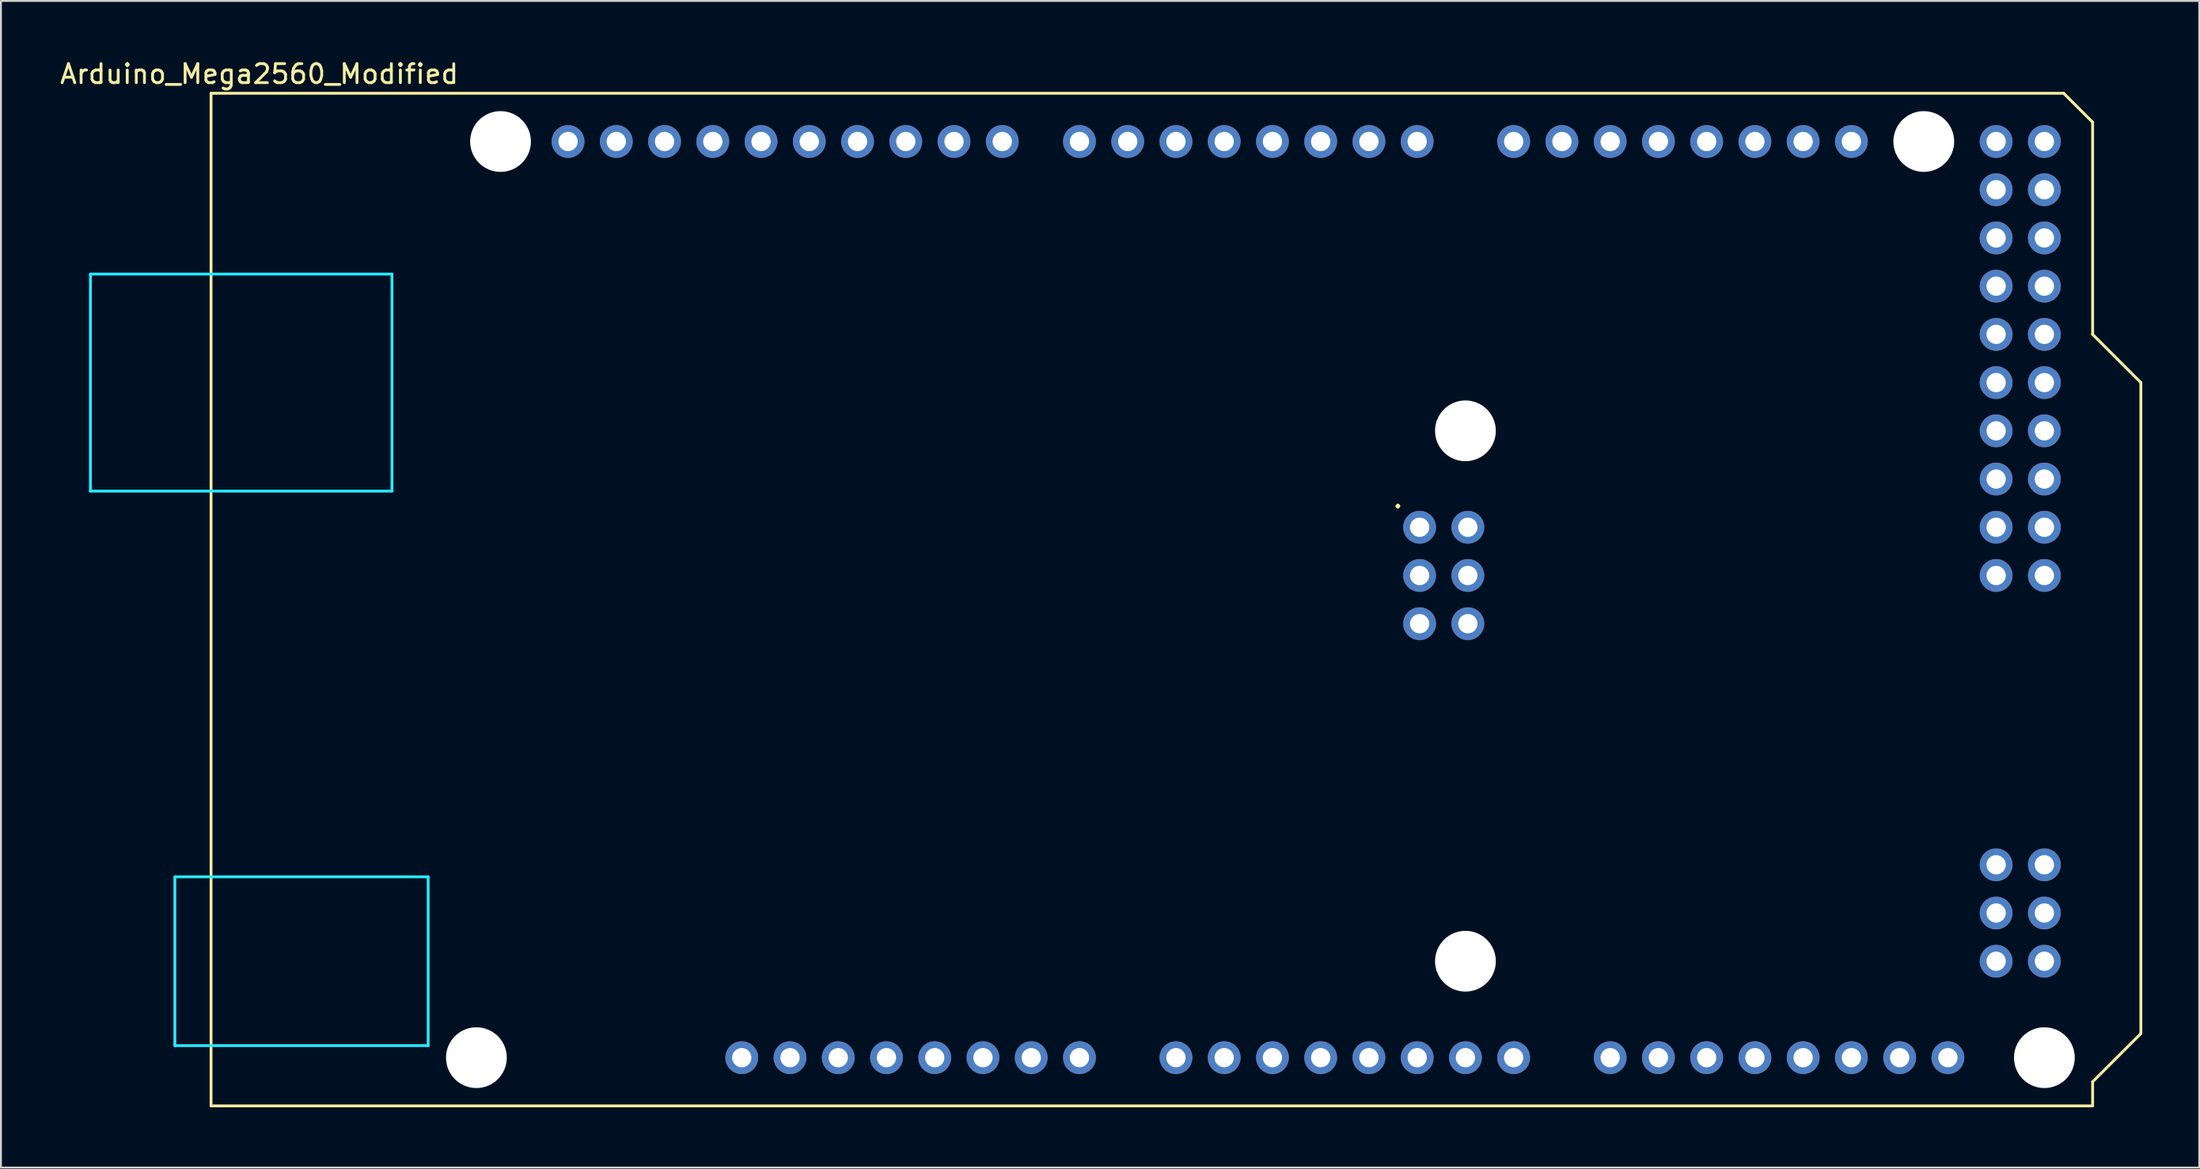
<source format=kicad_pcb>
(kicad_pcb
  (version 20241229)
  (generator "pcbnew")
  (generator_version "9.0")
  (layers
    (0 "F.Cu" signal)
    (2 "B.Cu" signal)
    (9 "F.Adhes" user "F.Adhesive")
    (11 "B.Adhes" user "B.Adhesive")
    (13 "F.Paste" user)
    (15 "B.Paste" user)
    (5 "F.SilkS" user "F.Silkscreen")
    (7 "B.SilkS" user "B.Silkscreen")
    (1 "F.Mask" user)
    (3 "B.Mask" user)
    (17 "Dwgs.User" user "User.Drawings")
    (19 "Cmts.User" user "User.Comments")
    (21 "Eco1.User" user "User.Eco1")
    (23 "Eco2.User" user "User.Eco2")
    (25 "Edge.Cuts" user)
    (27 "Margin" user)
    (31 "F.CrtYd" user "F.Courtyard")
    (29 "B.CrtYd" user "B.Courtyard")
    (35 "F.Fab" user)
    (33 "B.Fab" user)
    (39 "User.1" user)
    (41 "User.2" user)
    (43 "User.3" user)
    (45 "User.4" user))
  (footprint "Arduino_Mega2560_Modified"
    (layer "F.Cu")
    (at 8.061 55.204)
    (property "Reference" "Arduino_Mega2560_Modified" (at 2.54 -54.356 0) (layer "F.SilkS") (effects (font (size 1 1) (thickness 0.15))))
    (attr through_hole)
    (fp_line (start 0 -53.34) (end 0 0) (stroke (width 0.15) (type solid)) (layer "F.SilkS"))
    (fp_line (start 0 -53.34) (end 97.536 -53.34) (stroke (width 0.15) (type solid)) (layer "F.SilkS"))
    (fp_line (start 0 0) (end 99.06 0) (stroke (width 0.15) (type solid)) (layer "F.SilkS"))
    (fp_line (start 97.536 -53.34) (end 99.06 -51.816) (stroke (width 0.15) (type solid)) (layer "F.SilkS"))
    (fp_line (start 99.06 -40.64) (end 99.06 -51.816) (stroke (width 0.15) (type solid)) (layer "F.SilkS"))
    (fp_line (start 99.06 -1.27) (end 101.6 -3.81) (stroke (width 0.15) (type solid)) (layer "F.SilkS"))
    (fp_line (start 99.06 0) (end 99.06 -1.27) (stroke (width 0.15) (type solid)) (layer "F.SilkS"))
    (fp_line (start 101.6 -38.1) (end 99.06 -40.64) (stroke (width 0.15) (type solid)) (layer "F.SilkS"))
    (fp_line (start 101.6 -3.81) (end 101.6 -38.1) (stroke (width 0.15) (type solid)) (layer "F.SilkS"))
    (fp_line (start -6.35 -43.815) (end -6.35 -32.385) (stroke (width 0.15) (type solid)) (layer "B.CrtYd"))
    (fp_line (start -1.905 -12.065) (end -1.905 -3.175) (stroke (width 0.15) (type solid)) (layer "B.CrtYd"))
    (fp_line (start -1.905 -12.065) (end 11.43 -12.065) (stroke (width 0.15) (type solid)) (layer "B.CrtYd"))
    (fp_line (start -1.905 -3.175) (end 11.43 -3.175) (stroke (width 0.15) (type solid)) (layer "B.CrtYd"))
    (fp_line (start 9.525 -43.815) (end -6.35 -43.815) (stroke (width 0.15) (type solid)) (layer "B.CrtYd"))
    (fp_line (start 9.525 -43.815) (end 9.525 -32.385) (stroke (width 0.15) (type solid)) (layer "B.CrtYd"))
    (fp_line (start 9.525 -32.385) (end -6.35 -32.385) (stroke (width 0.15) (type solid)) (layer "B.CrtYd"))
    (fp_line (start 11.43 -12.065) (end 11.43 -3.175) (stroke (width 0.15) (type solid)) (layer "B.CrtYd"))
    (fp_text user "." (at 62.484 -32.004 0) (layer "F.SilkS") (effects (font (size 1 1) (thickness 0.15))))
    (pad "" np_thru_hole circle (at 13.97 -2.54) (size 3.2 3.2) (drill 3.2) (layers "*.Cu" "*.Mask"))
    (pad "" np_thru_hole circle (at 15.24 -50.8) (size 3.2 3.2) (drill 3.2) (layers "*.Cu" "*.Mask"))
    (pad "" thru_hole oval (at 27.94 -2.54) (size 1.727 1.727) (drill 1.016) (layers "*.Cu" "*.Mask"))
    (pad "" np_thru_hole circle (at 66.04 -35.56) (size 3.2 3.2) (drill 3.2) (layers "*.Cu" "*.Mask"))
    (pad "" np_thru_hole circle (at 66.04 -7.62) (size 3.2 3.2) (drill 3.2) (layers "*.Cu" "*.Mask"))
    (pad "" np_thru_hole circle (at 90.17 -50.8) (size 3.2 3.2) (drill 3.2) (layers "*.Cu" "*.Mask"))
    (pad "" np_thru_hole circle (at 96.52 -2.54) (size 3.2 3.2) (drill 3.2) (layers "*.Cu" "*.Mask"))
    (pad "3V3" thru_hole oval (at 35.56 -2.54) (size 1.727 1.727) (drill 1.016) (layers "*.Cu" "*.Mask"))
    (pad "5V1" thru_hole oval (at 38.1 -2.54) (size 1.727 1.727) (drill 1.016) (layers "*.Cu" "*.Mask"))
    (pad "5V2" thru_hole oval (at 66.167 -30.48) (size 1.727 1.727) (drill 1.016) (layers "*.Cu" "*.Mask"))
    (pad "5V3" thru_hole oval (at 93.98 -50.8) (size 1.727 1.727) (drill 1.016) (layers "*.Cu" "*.Mask"))
    (pad "5V4" thru_hole oval (at 96.52 -50.8) (size 1.727 1.727) (drill 1.016) (layers "*.Cu" "*.Mask"))
    (pad "A0" thru_hole oval (at 50.8 -2.54) (size 1.727 1.727) (drill 1.016) (layers "*.Cu" "*.Mask"))
    (pad "A1" thru_hole oval (at 53.34 -2.54) (size 1.727 1.727) (drill 1.016) (layers "*.Cu" "*.Mask"))
    (pad "A2" thru_hole oval (at 55.88 -2.54) (size 1.727 1.727) (drill 1.016) (layers "*.Cu" "*.Mask"))
    (pad "A3" thru_hole oval (at 58.42 -2.54) (size 1.727 1.727) (drill 1.016) (layers "*.Cu" "*.Mask"))
    (pad "A4" thru_hole oval (at 60.96 -2.54) (size 1.727 1.727) (drill 1.016) (layers "*.Cu" "*.Mask"))
    (pad "A5" thru_hole oval (at 63.5 -2.54) (size 1.727 1.727) (drill 1.016) (layers "*.Cu" "*.Mask"))
    (pad "A6" thru_hole oval (at 66.04 -2.54) (size 1.727 1.727) (drill 1.016) (layers "*.Cu" "*.Mask"))
    (pad "A7" thru_hole oval (at 68.58 -2.54) (size 1.727 1.727) (drill 1.016) (layers "*.Cu" "*.Mask"))
    (pad "A8" thru_hole oval (at 73.66 -2.54) (size 1.727 1.727) (drill 1.016) (layers "*.Cu" "*.Mask"))
    (pad "A9" thru_hole oval (at 76.2 -2.54) (size 1.727 1.727) (drill 1.016) (layers "*.Cu" "*.Mask"))
    (pad "A10" thru_hole oval (at 78.74 -2.54) (size 1.727 1.727) (drill 1.016) (layers "*.Cu" "*.Mask"))
    (pad "A11" thru_hole oval (at 81.28 -2.54) (size 1.727 1.727) (drill 1.016) (layers "*.Cu" "*.Mask"))
    (pad "A12" thru_hole oval (at 83.82 -2.54) (size 1.727 1.727) (drill 1.016) (layers "*.Cu" "*.Mask"))
    (pad "A13" thru_hole oval (at 86.36 -2.54) (size 1.727 1.727) (drill 1.016) (layers "*.Cu" "*.Mask"))
    (pad "A14" thru_hole oval (at 88.9 -2.54) (size 1.727 1.727) (drill 1.016) (layers "*.Cu" "*.Mask"))
    (pad "A15" thru_hole oval (at 91.44 -2.54) (size 1.727 1.727) (drill 1.016) (layers "*.Cu" "*.Mask"))
    (pad "AREF" thru_hole oval (at 23.876 -50.8) (size 1.727 1.727) (drill 1.016) (layers "*.Cu" "*.Mask"))
    (pad "D0" thru_hole oval (at 63.5 -50.8) (size 1.727 1.727) (drill 1.016) (layers "*.Cu" "*.Mask"))
    (pad "D1" thru_hole oval (at 60.96 -50.8) (size 1.727 1.727) (drill 1.016) (layers "*.Cu" "*.Mask"))
    (pad "D2" thru_hole oval (at 58.42 -50.8) (size 1.727 1.727) (drill 1.016) (layers "*.Cu" "*.Mask"))
    (pad "D3" thru_hole oval (at 55.88 -50.8) (size 1.727 1.727) (drill 1.016) (layers "*.Cu" "*.Mask"))
    (pad "D4" thru_hole oval (at 53.34 -50.8) (size 1.727 1.727) (drill 1.016) (layers "*.Cu" "*.Mask"))
    (pad "D5" thru_hole oval (at 50.8 -50.8) (size 1.727 1.727) (drill 1.016) (layers "*.Cu" "*.Mask"))
    (pad "D6" thru_hole oval (at 48.26 -50.8) (size 1.727 1.727) (drill 1.016) (layers "*.Cu" "*.Mask"))
    (pad "D7" thru_hole oval (at 45.72 -50.8) (size 1.727 1.727) (drill 1.016) (layers "*.Cu" "*.Mask"))
    (pad "D8" thru_hole oval (at 41.656 -50.8) (size 1.727 1.727) (drill 1.016) (layers "*.Cu" "*.Mask"))
    (pad "D9" thru_hole oval (at 39.116 -50.8) (size 1.727 1.727) (drill 1.016) (layers "*.Cu" "*.Mask"))
    (pad "D10" thru_hole oval (at 36.576 -50.8) (size 1.727 1.727) (drill 1.016) (layers "*.Cu" "*.Mask"))
    (pad "D11" thru_hole oval (at 34.036 -50.8) (size 1.727 1.727) (drill 1.016) (layers "*.Cu" "*.Mask"))
    (pad "D12" thru_hole oval (at 31.496 -50.8) (size 1.727 1.727) (drill 1.016) (layers "*.Cu" "*.Mask"))
    (pad "D13" thru_hole oval (at 28.956 -50.8) (size 1.727 1.727) (drill 1.016) (layers "*.Cu" "*.Mask"))
    (pad "D14" thru_hole oval (at 68.58 -50.8) (size 1.727 1.727) (drill 1.016) (layers "*.Cu" "*.Mask"))
    (pad "D15" thru_hole oval (at 71.12 -50.8) (size 1.727 1.727) (drill 1.016) (layers "*.Cu" "*.Mask"))
    (pad "D16" thru_hole oval (at 73.66 -50.8) (size 1.727 1.727) (drill 1.016) (layers "*.Cu" "*.Mask"))
    (pad "D17" thru_hole oval (at 76.2 -50.8) (size 1.727 1.727) (drill 1.016) (layers "*.Cu" "*.Mask"))
    (pad "D18" thru_hole oval (at 78.74 -50.8) (size 1.727 1.727) (drill 1.016) (layers "*.Cu" "*.Mask"))
    (pad "D19" thru_hole oval (at 81.28 -50.8) (size 1.727 1.727) (drill 1.016) (layers "*.Cu" "*.Mask"))
    (pad "D20" thru_hole oval (at 83.82 -50.8) (size 1.727 1.727) (drill 1.016) (layers "*.Cu" "*.Mask"))
    (pad "D21" thru_hole oval (at 86.36 -50.8) (size 1.727 1.727) (drill 1.016) (layers "*.Cu" "*.Mask"))
    (pad "D22" thru_hole oval (at 93.98 -48.26) (size 1.727 1.727) (drill 1.016) (layers "*.Cu" "*.Mask"))
    (pad "D23" thru_hole oval (at 96.52 -48.26) (size 1.727 1.727) (drill 1.016) (layers "*.Cu" "*.Mask"))
    (pad "D24" thru_hole oval (at 93.98 -45.72) (size 1.727 1.727) (drill 1.016) (layers "*.Cu" "*.Mask"))
    (pad "D25" thru_hole oval (at 96.52 -45.72) (size 1.727 1.727) (drill 1.016) (layers "*.Cu" "*.Mask"))
    (pad "D26" thru_hole oval (at 93.98 -43.18) (size 1.727 1.727) (drill 1.016) (layers "*.Cu" "*.Mask"))
    (pad "D27" thru_hole oval (at 96.52 -43.18) (size 1.727 1.727) (drill 1.016) (layers "*.Cu" "*.Mask"))
    (pad "D28" thru_hole oval (at 93.98 -40.64) (size 1.727 1.727) (drill 1.016) (layers "*.Cu" "*.Mask"))
    (pad "D29" thru_hole oval (at 96.52 -40.64) (size 1.727 1.727) (drill 1.016) (layers "*.Cu" "*.Mask"))
    (pad "D30" thru_hole oval (at 93.98 -38.1) (size 1.727 1.727) (drill 1.016) (layers "*.Cu" "*.Mask"))
    (pad "D31" thru_hole oval (at 96.52 -38.1) (size 1.727 1.727) (drill 1.016) (layers "*.Cu" "*.Mask"))
    (pad "D32" thru_hole oval (at 93.98 -35.56) (size 1.727 1.727) (drill 1.016) (layers "*.Cu" "*.Mask"))
    (pad "D33" thru_hole oval (at 96.52 -35.56) (size 1.727 1.727) (drill 1.016) (layers "*.Cu" "*.Mask"))
    (pad "D34" thru_hole oval (at 93.98 -33.02) (size 1.727 1.727) (drill 1.016) (layers "*.Cu" "*.Mask"))
    (pad "D35" thru_hole oval (at 96.52 -33.02) (size 1.727 1.727) (drill 1.016) (layers "*.Cu" "*.Mask"))
    (pad "D36" thru_hole oval (at 93.98 -30.48) (size 1.727 1.727) (drill 1.016) (layers "*.Cu" "*.Mask"))
    (pad "D37" thru_hole oval (at 96.52 -30.48) (size 1.727 1.727) (drill 1.016) (layers "*.Cu" "*.Mask"))
    (pad "D38" thru_hole oval (at 93.98 -27.94) (size 1.727 1.727) (drill 1.016) (layers "*.Cu" "*.Mask"))
    (pad "D39" thru_hole oval (at 96.52 -27.94) (size 1.727 1.727) (drill 1.016) (layers "*.Cu" "*.Mask"))
    (pad "D50" thru_hole oval (at 93.98 -12.7) (size 1.727 1.727) (drill 1.016) (layers "*.Cu" "*.Mask"))
    (pad "D51" thru_hole oval (at 96.52 -12.7) (size 1.727 1.727) (drill 1.016) (layers "*.Cu" "*.Mask"))
    (pad "D52" thru_hole oval (at 93.98 -10.16) (size 1.727 1.727) (drill 1.016) (layers "*.Cu" "*.Mask"))
    (pad "D53" thru_hole oval (at 96.52 -10.16) (size 1.727 1.727) (drill 1.016) (layers "*.Cu" "*.Mask"))
    (pad "GND1" thru_hole oval (at 26.416 -50.8) (size 1.727 1.727) (drill 1.016) (layers "*.Cu" "*.Mask"))
    (pad "GND2" thru_hole oval (at 40.64 -2.54) (size 1.727 1.727) (drill 1.016) (layers "*.Cu" "*.Mask"))
    (pad "GND3" thru_hole oval (at 43.18 -2.54) (size 1.727 1.727) (drill 1.016) (layers "*.Cu" "*.Mask"))
    (pad "GND4" thru_hole oval (at 66.167 -25.4) (size 1.727 1.727) (drill 1.016) (layers "*.Cu" "*.Mask"))
    (pad "GND5" thru_hole oval (at 93.98 -7.62) (size 1.727 1.727) (drill 1.016) (layers "*.Cu" "*.Mask"))
    (pad "GND6" thru_hole oval (at 96.52 -7.62) (size 1.727 1.727) (drill 1.016) (layers "*.Cu" "*.Mask"))
    (pad "IORF" thru_hole oval (at 30.48 -2.54) (size 1.727 1.727) (drill 1.016) (layers "*.Cu" "*.Mask"))
    (pad "MISO" thru_hole oval (at 63.627 -30.48) (size 1.727 1.727) (drill 1.016) (layers "*.Cu" "*.Mask"))
    (pad "MOSI" thru_hole oval (at 66.167 -27.94) (size 1.727 1.727) (drill 1.016) (layers "*.Cu" "*.Mask"))
    (pad "RST1" thru_hole oval (at 33.02 -2.54) (size 1.727 1.727) (drill 1.016) (layers "*.Cu" "*.Mask"))
    (pad "RST2" thru_hole oval (at 63.627 -25.4) (size 1.727 1.727) (drill 1.016) (layers "*.Cu" "*.Mask"))
    (pad "SCK" thru_hole oval (at 63.627 -27.94) (size 1.727 1.727) (drill 1.016) (layers "*.Cu" "*.Mask"))
    (pad "SCL" thru_hole oval (at 18.796 -50.8) (size 1.727 1.727) (drill 1.016) (layers "*.Cu" "*.Mask"))
    (pad "SDA" thru_hole oval (at 21.336 -50.8) (size 1.727 1.727) (drill 1.016) (layers "*.Cu" "*.Mask"))
    (pad "VIN" thru_hole oval (at 45.72 -2.54) (size 1.727 1.727) (drill 1.016) (layers "*.Cu" "*.Mask")))
  (gr_rect
    (start -3 -3)
    (end 112.736 58.454)
    (stroke (width 0.1) (type default))
    (fill no)
    (layer "Edge.Cuts")))
</source>
